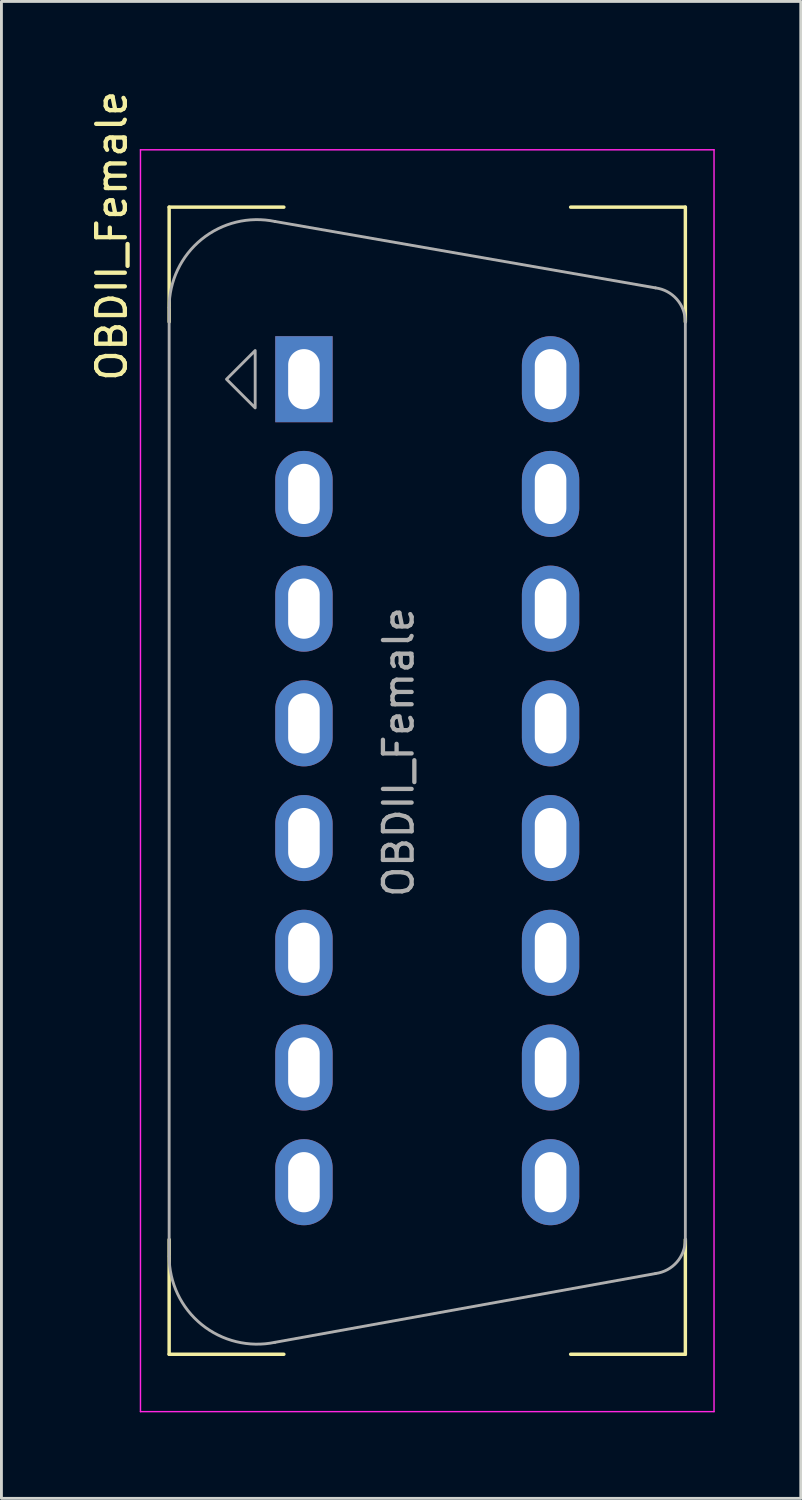
<source format=kicad_pcb>
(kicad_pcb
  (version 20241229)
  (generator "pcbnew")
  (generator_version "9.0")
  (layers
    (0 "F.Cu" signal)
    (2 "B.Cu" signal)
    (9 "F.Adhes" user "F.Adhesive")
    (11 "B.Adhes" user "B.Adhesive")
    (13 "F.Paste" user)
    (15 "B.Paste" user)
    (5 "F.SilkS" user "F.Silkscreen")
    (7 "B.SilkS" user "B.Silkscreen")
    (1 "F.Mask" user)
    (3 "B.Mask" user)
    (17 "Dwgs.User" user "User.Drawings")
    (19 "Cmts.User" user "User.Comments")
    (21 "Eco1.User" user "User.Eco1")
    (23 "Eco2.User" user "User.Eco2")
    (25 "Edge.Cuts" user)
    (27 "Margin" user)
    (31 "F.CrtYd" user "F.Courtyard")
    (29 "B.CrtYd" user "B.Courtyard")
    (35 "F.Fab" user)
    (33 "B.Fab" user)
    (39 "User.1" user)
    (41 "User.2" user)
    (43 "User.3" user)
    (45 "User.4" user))
  (footprint "OBDII_Female"
    (layer "F.Cu")
    (at 11.848 24.173)
    (property "Reference" "OBDII_Female" (at -11 -19 90) (layer "F.SilkS") (effects (font (size 1 1) (thickness 0.15))))
    (attr through_hole)
    (fp_line (start -9 -20) (end -5 -20) (stroke (width 0.12) (type solid)) (layer "F.SilkS"))
    (fp_line (start -9 -16) (end -9 -20) (stroke (width 0.12) (type solid)) (layer "F.SilkS"))
    (fp_line (start -9 20) (end -9 16) (stroke (width 0.12) (type solid)) (layer "F.SilkS"))
    (fp_line (start -5 20) (end -9 20) (stroke (width 0.12) (type solid)) (layer "F.SilkS"))
    (fp_line (start 5 -20) (end 9 -20) (stroke (width 0.12) (type solid)) (layer "F.SilkS"))
    (fp_line (start 9 -20) (end 9 -16) (stroke (width 0.12) (type solid)) (layer "F.SilkS"))
    (fp_line (start 9 16) (end 9 20) (stroke (width 0.12) (type solid)) (layer "F.SilkS"))
    (fp_line (start 9 20) (end 5 20) (stroke (width 0.12) (type solid)) (layer "F.SilkS"))
    (fp_line (start -10 -22) (end 10 -22) (stroke (width 0.05) (type solid)) (layer "F.CrtYd"))
    (fp_line (start -10 22) (end -10 -22) (stroke (width 0.05) (type solid)) (layer "F.CrtYd"))
    (fp_line (start 10 -22) (end 10 22) (stroke (width 0.05) (type solid)) (layer "F.CrtYd"))
    (fp_line (start 10 22) (end -10 22) (stroke (width 0.05) (type solid)) (layer "F.CrtYd"))
    (fp_line (start -9 -16.5) (end -9 16.583) (stroke (width 0.1) (type solid)) (layer "F.Fab"))
    (fp_line (start -5.309 19.583) (end 7.957 17.185) (stroke (width 0.1) (type solid)) (layer "F.Fab"))
    (fp_line (start 7.957 -17.185) (end -5.309 -19.5) (stroke (width 0.1) (type solid)) (layer "F.Fab"))
    (fp_line (start 9 16) (end 9 -16) (stroke (width 0.1) (type solid)) (layer "F.Fab"))
    (fp_arc (start -9 -16.5) (mid -7.868393 -18.878109) (end -5.309255 -19.5) (stroke (width 0.1) (type solid)) (layer "F.Fab"))
    (fp_arc (start -5.309255 19.583094) (mid -7.868394 18.961203) (end -9 16.583094) (stroke (width 0.1) (type solid)) (layer "F.Fab"))
    (fp_arc (start 7.957344 -17.184842) (mid 8.701813 -16.788939) (end 9 -16) (stroke (width 0.1) (type solid)) (layer "F.Fab"))
    (fp_arc (start 9 16) (mid 8.70189 16.788852) (end 7.957344 17.184842) (stroke (width 0.1) (type solid)) (layer "F.Fab"))
    (fp_poly (pts (xy -6 -13) (xy -7 -14) (xy -6 -15)) (stroke (width 0.1) (type solid)) (fill no) (layer "F.Fab"))
    (fp_text user "${REFERENCE}" (at -1 -1 90) (layer "F.Fab") (effects (font (size 1 1) (thickness 0.15))))
    (pad "1" thru_hole rect (at -4.3 -14) (size 2 3) (drill oval 1.1 2.1) (layers "*.Cu" "*.Mask"))
    (pad "2" thru_hole oval (at -4.3 -10) (size 2 3) (drill oval 1.1 2.1) (layers "*.Cu" "*.Mask"))
    (pad "3" thru_hole oval (at -4.3 -6) (size 2 3) (drill oval 1.1 2.1) (layers "*.Cu" "*.Mask"))
    (pad "4" thru_hole oval (at -4.3 -2) (size 2 3) (drill oval 1.1 2.1) (layers "*.Cu" "*.Mask"))
    (pad "5" thru_hole oval (at -4.3 2) (size 2 3) (drill oval 1.1 2.1) (layers "*.Cu" "*.Mask"))
    (pad "6" thru_hole oval (at -4.3 6) (size 2 3) (drill oval 1.1 2.1) (layers "*.Cu" "*.Mask"))
    (pad "7" thru_hole oval (at -4.3 10) (size 2 3) (drill oval 1.1 2.1) (layers "*.Cu" "*.Mask"))
    (pad "8" thru_hole oval (at -4.3 14) (size 2 3) (drill oval 1.1 2.1) (layers "*.Cu" "*.Mask"))
    (pad "9" thru_hole oval (at 4.3 -14) (size 2 3) (drill oval 1.1 2.1) (layers "*.Cu" "*.Mask"))
    (pad "10" thru_hole oval (at 4.3 -10) (size 2 3) (drill oval 1.1 2.1) (layers "*.Cu" "*.Mask"))
    (pad "11" thru_hole oval (at 4.3 -6) (size 2 3) (drill oval 1.1 2.1) (layers "*.Cu" "*.Mask"))
    (pad "12" thru_hole oval (at 4.3 -2) (size 2 3) (drill oval 1.1 2.1) (layers "*.Cu" "*.Mask"))
    (pad "13" thru_hole oval (at 4.3 2) (size 2 3) (drill oval 1.1 2.1) (layers "*.Cu" "*.Mask"))
    (pad "14" thru_hole oval (at 4.3 6) (size 2 3) (drill oval 1.1 2.1) (layers "*.Cu" "*.Mask"))
    (pad "15" thru_hole oval (at 4.3 10) (size 2 3) (drill oval 1.1 2.1) (layers "*.Cu" "*.Mask"))
    (pad "16" thru_hole oval (at 4.3 14) (size 2 3) (drill oval 1.1 2.1) (layers "*.Cu" "*.Mask")))
  (gr_rect
    (start -3 -3)
    (end 24.873 49.198)
    (stroke (width 0.1) (type default))
    (fill no)
    (layer "Edge.Cuts")))
</source>
